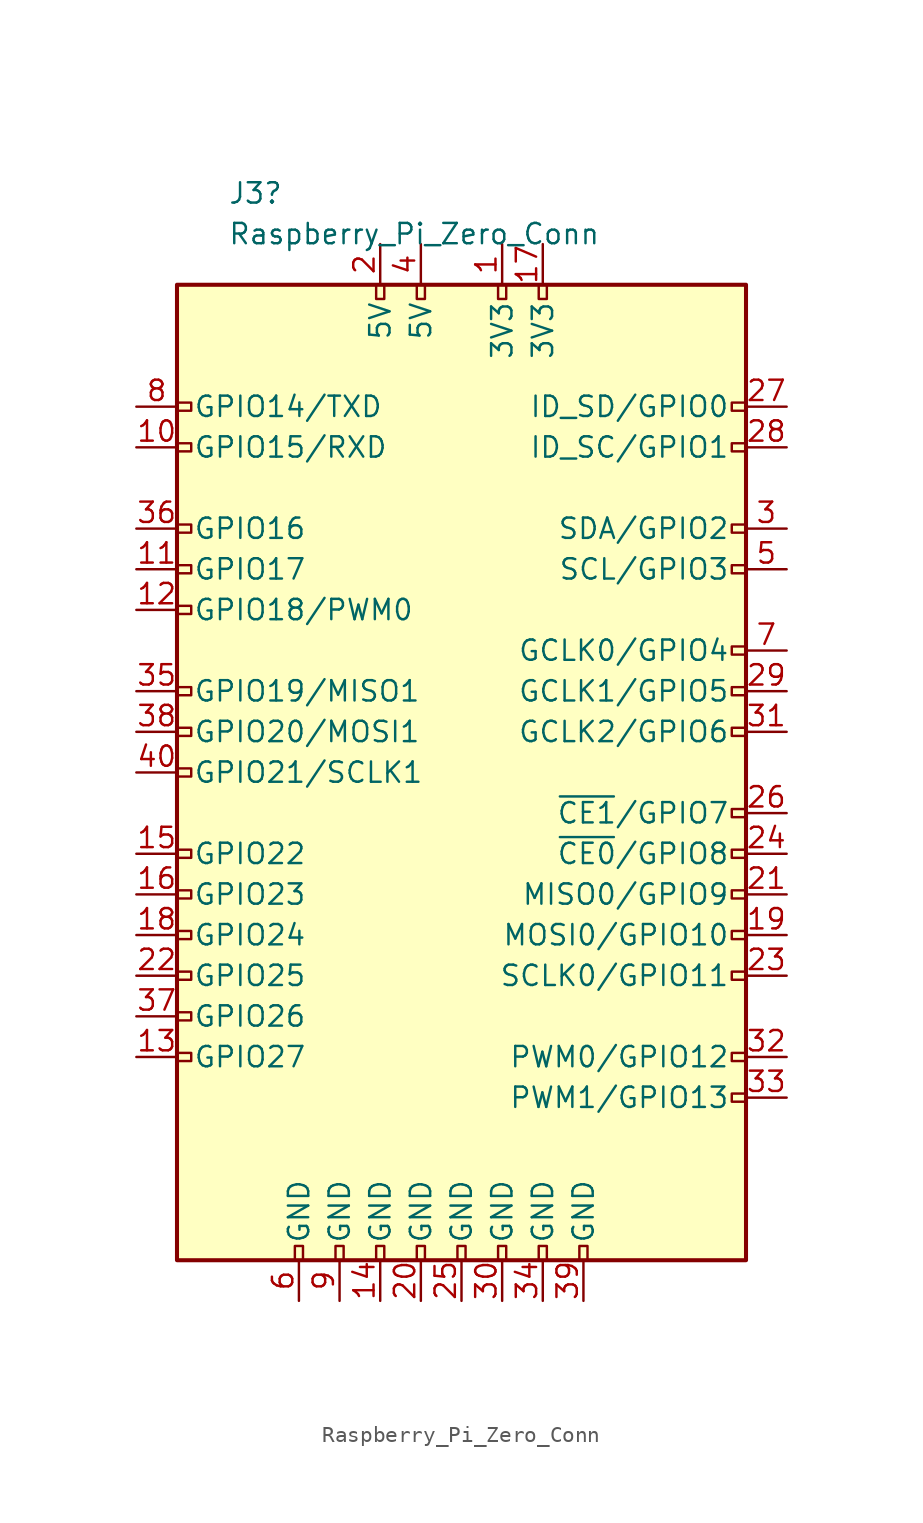
<source format=kicad_sym>
(kicad_symbol_lib
  (version 20211014)
  (generator kicad_symbol_editor)
  (symbol "Raspberry_Pi_Zero_Conn"
    (pin_names
      (offset 1.016))
    (property "Reference" "J3"
      (at -14.605 36.195 0)
      (effects (font (size 1.27 1.27)) (justify left)))
    (property "Value" "Raspberry_Pi_Zero_Conn"
      (at -14.605 33.655 0)
      (effects (font (size 1.27 1.27)) (justify left)))
    (symbol "Raspberry_Pi_Zero_Conn_0_1"
      (rectangle (start -17.78 30.48) (end 17.78 -30.48) (stroke (width 0.254) (type default) (color 0 0 0 0)) (fill (type background))))
    (symbol "Raspberry_Pi_Zero_Conn_1_1"
      (rectangle (start -16.891 -17.526) (end -17.78 -18.034) (stroke (width 0) (type default) (color 0 0 0 0)) (fill (type none)))
      (rectangle (start -16.891 -14.986) (end -17.78 -15.494) (stroke (width 0) (type default) (color 0 0 0 0)) (fill (type none)))
      (rectangle (start -16.891 -12.446) (end -17.78 -12.954) (stroke (width 0) (type default) (color 0 0 0 0)) (fill (type none)))
      (rectangle (start -16.891 -9.906) (end -17.78 -10.414) (stroke (width 0) (type default) (color 0 0 0 0)) (fill (type none)))
      (rectangle (start -16.891 -7.366) (end -17.78 -7.874) (stroke (width 0) (type default) (color 0 0 0 0)) (fill (type none)))
      (rectangle (start -16.891 -4.826) (end -17.78 -5.334) (stroke (width 0) (type default) (color 0 0 0 0)) (fill (type none)))
      (rectangle (start -16.891 0.254) (end -17.78 -0.254) (stroke (width 0) (type default) (color 0 0 0 0)) (fill (type none)))
      (rectangle (start -16.891 2.794) (end -17.78 2.286) (stroke (width 0) (type default) (color 0 0 0 0)) (fill (type none)))
      (rectangle (start -16.891 5.334) (end -17.78 4.826) (stroke (width 0) (type default) (color 0 0 0 0)) (fill (type none)))
      (rectangle (start -16.891 10.414) (end -17.78 9.906) (stroke (width 0) (type default) (color 0 0 0 0)) (fill (type none)))
      (rectangle (start -16.891 12.954) (end -17.78 12.446) (stroke (width 0) (type default) (color 0 0 0 0)) (fill (type none)))
      (rectangle (start -16.891 15.494) (end -17.78 14.986) (stroke (width 0) (type default) (color 0 0 0 0)) (fill (type none)))
      (rectangle (start -16.891 20.574) (end -17.78 20.066) (stroke (width 0) (type default) (color 0 0 0 0)) (fill (type none)))
      (rectangle (start -16.891 23.114) (end -17.78 22.606) (stroke (width 0) (type default) (color 0 0 0 0)) (fill (type none)))
      (rectangle (start -10.414 -29.591) (end -9.906 -30.48) (stroke (width 0) (type default) (color 0 0 0 0)) (fill (type none)))
      (rectangle (start -7.874 -29.591) (end -7.366 -30.48) (stroke (width 0) (type default) (color 0 0 0 0)) (fill (type none)))
      (rectangle (start -5.334 -29.591) (end -4.826 -30.48) (stroke (width 0) (type default) (color 0 0 0 0)) (fill (type none)))
      (rectangle (start -5.334 30.48) (end -4.826 29.591) (stroke (width 0) (type default) (color 0 0 0 0)) (fill (type none)))
      (rectangle (start -2.794 -29.591) (end -2.286 -30.48) (stroke (width 0) (type default) (color 0 0 0 0)) (fill (type none)))
      (rectangle (start -2.794 30.48) (end -2.286 29.591) (stroke (width 0) (type default) (color 0 0 0 0)) (fill (type none)))
      (rectangle (start -0.254 -29.591) (end 0.254 -30.48) (stroke (width 0) (type default) (color 0 0 0 0)) (fill (type none)))
      (rectangle (start 2.286 -29.591) (end 2.794 -30.48) (stroke (width 0) (type default) (color 0 0 0 0)) (fill (type none)))
      (rectangle (start 2.286 30.48) (end 2.794 29.591) (stroke (width 0) (type default) (color 0 0 0 0)) (fill (type none)))
      (rectangle (start 4.826 -29.591) (end 5.334 -30.48) (stroke (width 0) (type default) (color 0 0 0 0)) (fill (type none)))
      (rectangle (start 4.826 30.48) (end 5.334 29.591) (stroke (width 0) (type default) (color 0 0 0 0)) (fill (type none)))
      (rectangle (start 7.366 -29.591) (end 7.874 -30.48) (stroke (width 0) (type default) (color 0 0 0 0)) (fill (type none)))
      (rectangle (start 17.78 -20.066) (end 16.891 -20.574) (stroke (width 0) (type default) (color 0 0 0 0)) (fill (type none)))
      (rectangle (start 17.78 -17.526) (end 16.891 -18.034) (stroke (width 0) (type default) (color 0 0 0 0)) (fill (type none)))
      (rectangle (start 17.78 -12.446) (end 16.891 -12.954) (stroke (width 0) (type default) (color 0 0 0 0)) (fill (type none)))
      (rectangle (start 17.78 -9.906) (end 16.891 -10.414) (stroke (width 0) (type default) (color 0 0 0 0)) (fill (type none)))
      (rectangle (start 17.78 -7.366) (end 16.891 -7.874) (stroke (width 0) (type default) (color 0 0 0 0)) (fill (type none)))
      (rectangle (start 17.78 -4.826) (end 16.891 -5.334) (stroke (width 0) (type default) (color 0 0 0 0)) (fill (type none)))
      (rectangle (start 17.78 -2.286) (end 16.891 -2.794) (stroke (width 0) (type default) (color 0 0 0 0)) (fill (type none)))
      (rectangle (start 17.78 2.794) (end 16.891 2.286) (stroke (width 0) (type default) (color 0 0 0 0)) (fill (type none)))
      (rectangle (start 17.78 5.334) (end 16.891 4.826) (stroke (width 0) (type default) (color 0 0 0 0)) (fill (type none)))
      (rectangle (start 17.78 7.874) (end 16.891 7.366) (stroke (width 0) (type default) (color 0 0 0 0)) (fill (type none)))
      (rectangle (start 17.78 12.954) (end 16.891 12.446) (stroke (width 0) (type default) (color 0 0 0 0)) (fill (type none)))
      (rectangle (start 17.78 15.494) (end 16.891 14.986) (stroke (width 0) (type default) (color 0 0 0 0)) (fill (type none)))
      (rectangle (start 17.78 20.574) (end 16.891 20.066) (stroke (width 0) (type default) (color 0 0 0 0)) (fill (type none)))
      (rectangle (start 17.78 23.114) (end 16.891 22.606) (stroke (width 0) (type default) (color 0 0 0 0)) (fill (type none)))
      (pin power_out line (at 2.54 33.02 270) (length 2.54) (name "3V3" (effects (font (size 1.27 1.27)))) (number "1" (effects (font (size 1.27 1.27)))))
      (pin bidirectional line (at -20.32 20.32 0) (length 2.54) (name "GPIO15/RXD" (effects (font (size 1.27 1.27)))) (number "10" (effects (font (size 1.27 1.27)))))
      (pin bidirectional line (at -20.32 12.7 0) (length 2.54) (name "GPIO17" (effects (font (size 1.27 1.27)))) (number "11" (effects (font (size 1.27 1.27)))))
      (pin bidirectional line (at -20.32 10.16 0) (length 2.54) (name "GPIO18/PWM0" (effects (font (size 1.27 1.27)))) (number "12" (effects (font (size 1.27 1.27)))))
      (pin bidirectional line (at -20.32 -17.78 0) (length 2.54) (name "GPIO27" (effects (font (size 1.27 1.27)))) (number "13" (effects (font (size 1.27 1.27)))))
      (pin power_in line (at -5.08 -33.02 90) (length 2.54) (name "GND" (effects (font (size 1.27 1.27)))) (number "14" (effects (font (size 1.27 1.27)))))
      (pin bidirectional line (at -20.32 -5.08 0) (length 2.54) (name "GPIO22" (effects (font (size 1.27 1.27)))) (number "15" (effects (font (size 1.27 1.27)))))
      (pin bidirectional line (at -20.32 -7.62 0) (length 2.54) (name "GPIO23" (effects (font (size 1.27 1.27)))) (number "16" (effects (font (size 1.27 1.27)))))
      (pin power_out line (at 5.08 33.02 270) (length 2.54) (name "3V3" (effects (font (size 1.27 1.27)))) (number "17" (effects (font (size 1.27 1.27)))))
      (pin bidirectional line (at -20.32 -10.16 0) (length 2.54) (name "GPIO24" (effects (font (size 1.27 1.27)))) (number "18" (effects (font (size 1.27 1.27)))))
      (pin bidirectional line (at 20.32 -10.16 180) (length 2.54) (name "MOSI0/GPIO10" (effects (font (size 1.27 1.27)))) (number "19" (effects (font (size 1.27 1.27)))))
      (pin power_in line (at -5.08 33.02 270) (length 2.54) (name "5V" (effects (font (size 1.27 1.27)))) (number "2" (effects (font (size 1.27 1.27)))))
      (pin power_in line (at -2.54 -33.02 90) (length 2.54) (name "GND" (effects (font (size 1.27 1.27)))) (number "20" (effects (font (size 1.27 1.27)))))
      (pin bidirectional line (at 20.32 -7.62 180) (length 2.54) (name "MISO0/GPIO9" (effects (font (size 1.27 1.27)))) (number "21" (effects (font (size 1.27 1.27)))))
      (pin bidirectional line (at -20.32 -12.7 0) (length 2.54) (name "GPIO25" (effects (font (size 1.27 1.27)))) (number "22" (effects (font (size 1.27 1.27)))))
      (pin bidirectional line (at 20.32 -12.7 180) (length 2.54) (name "SCLK0/GPIO11" (effects (font (size 1.27 1.27)))) (number "23" (effects (font (size 1.27 1.27)))))
      (pin bidirectional line (at 20.32 -5.08 180) (length 2.54) (name "~{CE0}/GPIO8" (effects (font (size 1.27 1.27)))) (number "24" (effects (font (size 1.27 1.27)))))
      (pin power_in line (at 0 -33.02 90) (length 2.54) (name "GND" (effects (font (size 1.27 1.27)))) (number "25" (effects (font (size 1.27 1.27)))))
      (pin bidirectional line (at 20.32 -2.54 180) (length 2.54) (name "~{CE1}/GPIO7" (effects (font (size 1.27 1.27)))) (number "26" (effects (font (size 1.27 1.27)))))
      (pin bidirectional line (at 20.32 22.86 180) (length 2.54) (name "ID_SD/GPIO0" (effects (font (size 1.27 1.27)))) (number "27" (effects (font (size 1.27 1.27)))))
      (pin bidirectional line (at 20.32 20.32 180) (length 2.54) (name "ID_SC/GPIO1" (effects (font (size 1.27 1.27)))) (number "28" (effects (font (size 1.27 1.27)))))
      (pin bidirectional line (at 20.32 5.08 180) (length 2.54) (name "GCLK1/GPIO5" (effects (font (size 1.27 1.27)))) (number "29" (effects (font (size 1.27 1.27)))))
      (pin bidirectional line (at 20.32 15.24 180) (length 2.54) (name "SDA/GPIO2" (effects (font (size 1.27 1.27)))) (number "3" (effects (font (size 1.27 1.27)))))
      (pin power_in line (at 2.54 -33.02 90) (length 2.54) (name "GND" (effects (font (size 1.27 1.27)))) (number "30" (effects (font (size 1.27 1.27)))))
      (pin bidirectional line (at 20.32 2.54 180) (length 2.54) (name "GCLK2/GPIO6" (effects (font (size 1.27 1.27)))) (number "31" (effects (font (size 1.27 1.27)))))
      (pin bidirectional line (at 20.32 -17.78 180) (length 2.54) (name "PWM0/GPIO12" (effects (font (size 1.27 1.27)))) (number "32" (effects (font (size 1.27 1.27)))))
      (pin bidirectional line (at 20.32 -20.32 180) (length 2.54) (name "PWM1/GPIO13" (effects (font (size 1.27 1.27)))) (number "33" (effects (font (size 1.27 1.27)))))
      (pin power_in line (at 5.08 -33.02 90) (length 2.54) (name "GND" (effects (font (size 1.27 1.27)))) (number "34" (effects (font (size 1.27 1.27)))))
      (pin bidirectional line (at -20.32 5.08 0) (length 2.54) (name "GPIO19/MISO1" (effects (font (size 1.27 1.27)))) (number "35" (effects (font (size 1.27 1.27)))))
      (pin bidirectional line (at -20.32 15.24 0) (length 2.54) (name "GPIO16" (effects (font (size 1.27 1.27)))) (number "36" (effects (font (size 1.27 1.27)))))
      (pin bidirectional line (at -20.32 -15.24 0) (length 2.54) (name "GPIO26" (effects (font (size 1.27 1.27)))) (number "37" (effects (font (size 1.27 1.27)))))
      (pin bidirectional line (at -20.32 2.54 0) (length 2.54) (name "GPIO20/MOSI1" (effects (font (size 1.27 1.27)))) (number "38" (effects (font (size 1.27 1.27)))))
      (pin power_in line (at 7.62 -33.02 90) (length 2.54) (name "GND" (effects (font (size 1.27 1.27)))) (number "39" (effects (font (size 1.27 1.27)))))
      (pin power_in line (at -2.54 33.02 270) (length 2.54) (name "5V" (effects (font (size 1.27 1.27)))) (number "4" (effects (font (size 1.27 1.27)))))
      (pin bidirectional line (at -20.32 0 0) (length 2.54) (name "GPIO21/SCLK1" (effects (font (size 1.27 1.27)))) (number "40" (effects (font (size 1.27 1.27)))))
      (pin bidirectional line (at 20.32 12.7 180) (length 2.54) (name "SCL/GPIO3" (effects (font (size 1.27 1.27)))) (number "5" (effects (font (size 1.27 1.27)))))
      (pin power_in line (at -10.16 -33.02 90) (length 2.54) (name "GND" (effects (font (size 1.27 1.27)))) (number "6" (effects (font (size 1.27 1.27)))))
      (pin bidirectional line (at 20.32 7.62 180) (length 2.54) (name "GCLK0/GPIO4" (effects (font (size 1.27 1.27)))) (number "7" (effects (font (size 1.27 1.27)))))
      (pin bidirectional line (at -20.32 22.86 0) (length 2.54) (name "GPIO14/TXD" (effects (font (size 1.27 1.27)))) (number "8" (effects (font (size 1.27 1.27)))))
      (pin power_in line (at -7.62 -33.02 90) (length 2.54) (name "GND" (effects (font (size 1.27 1.27)))) (number "9" (effects (font (size 1.27 1.27))))))))
</source>
